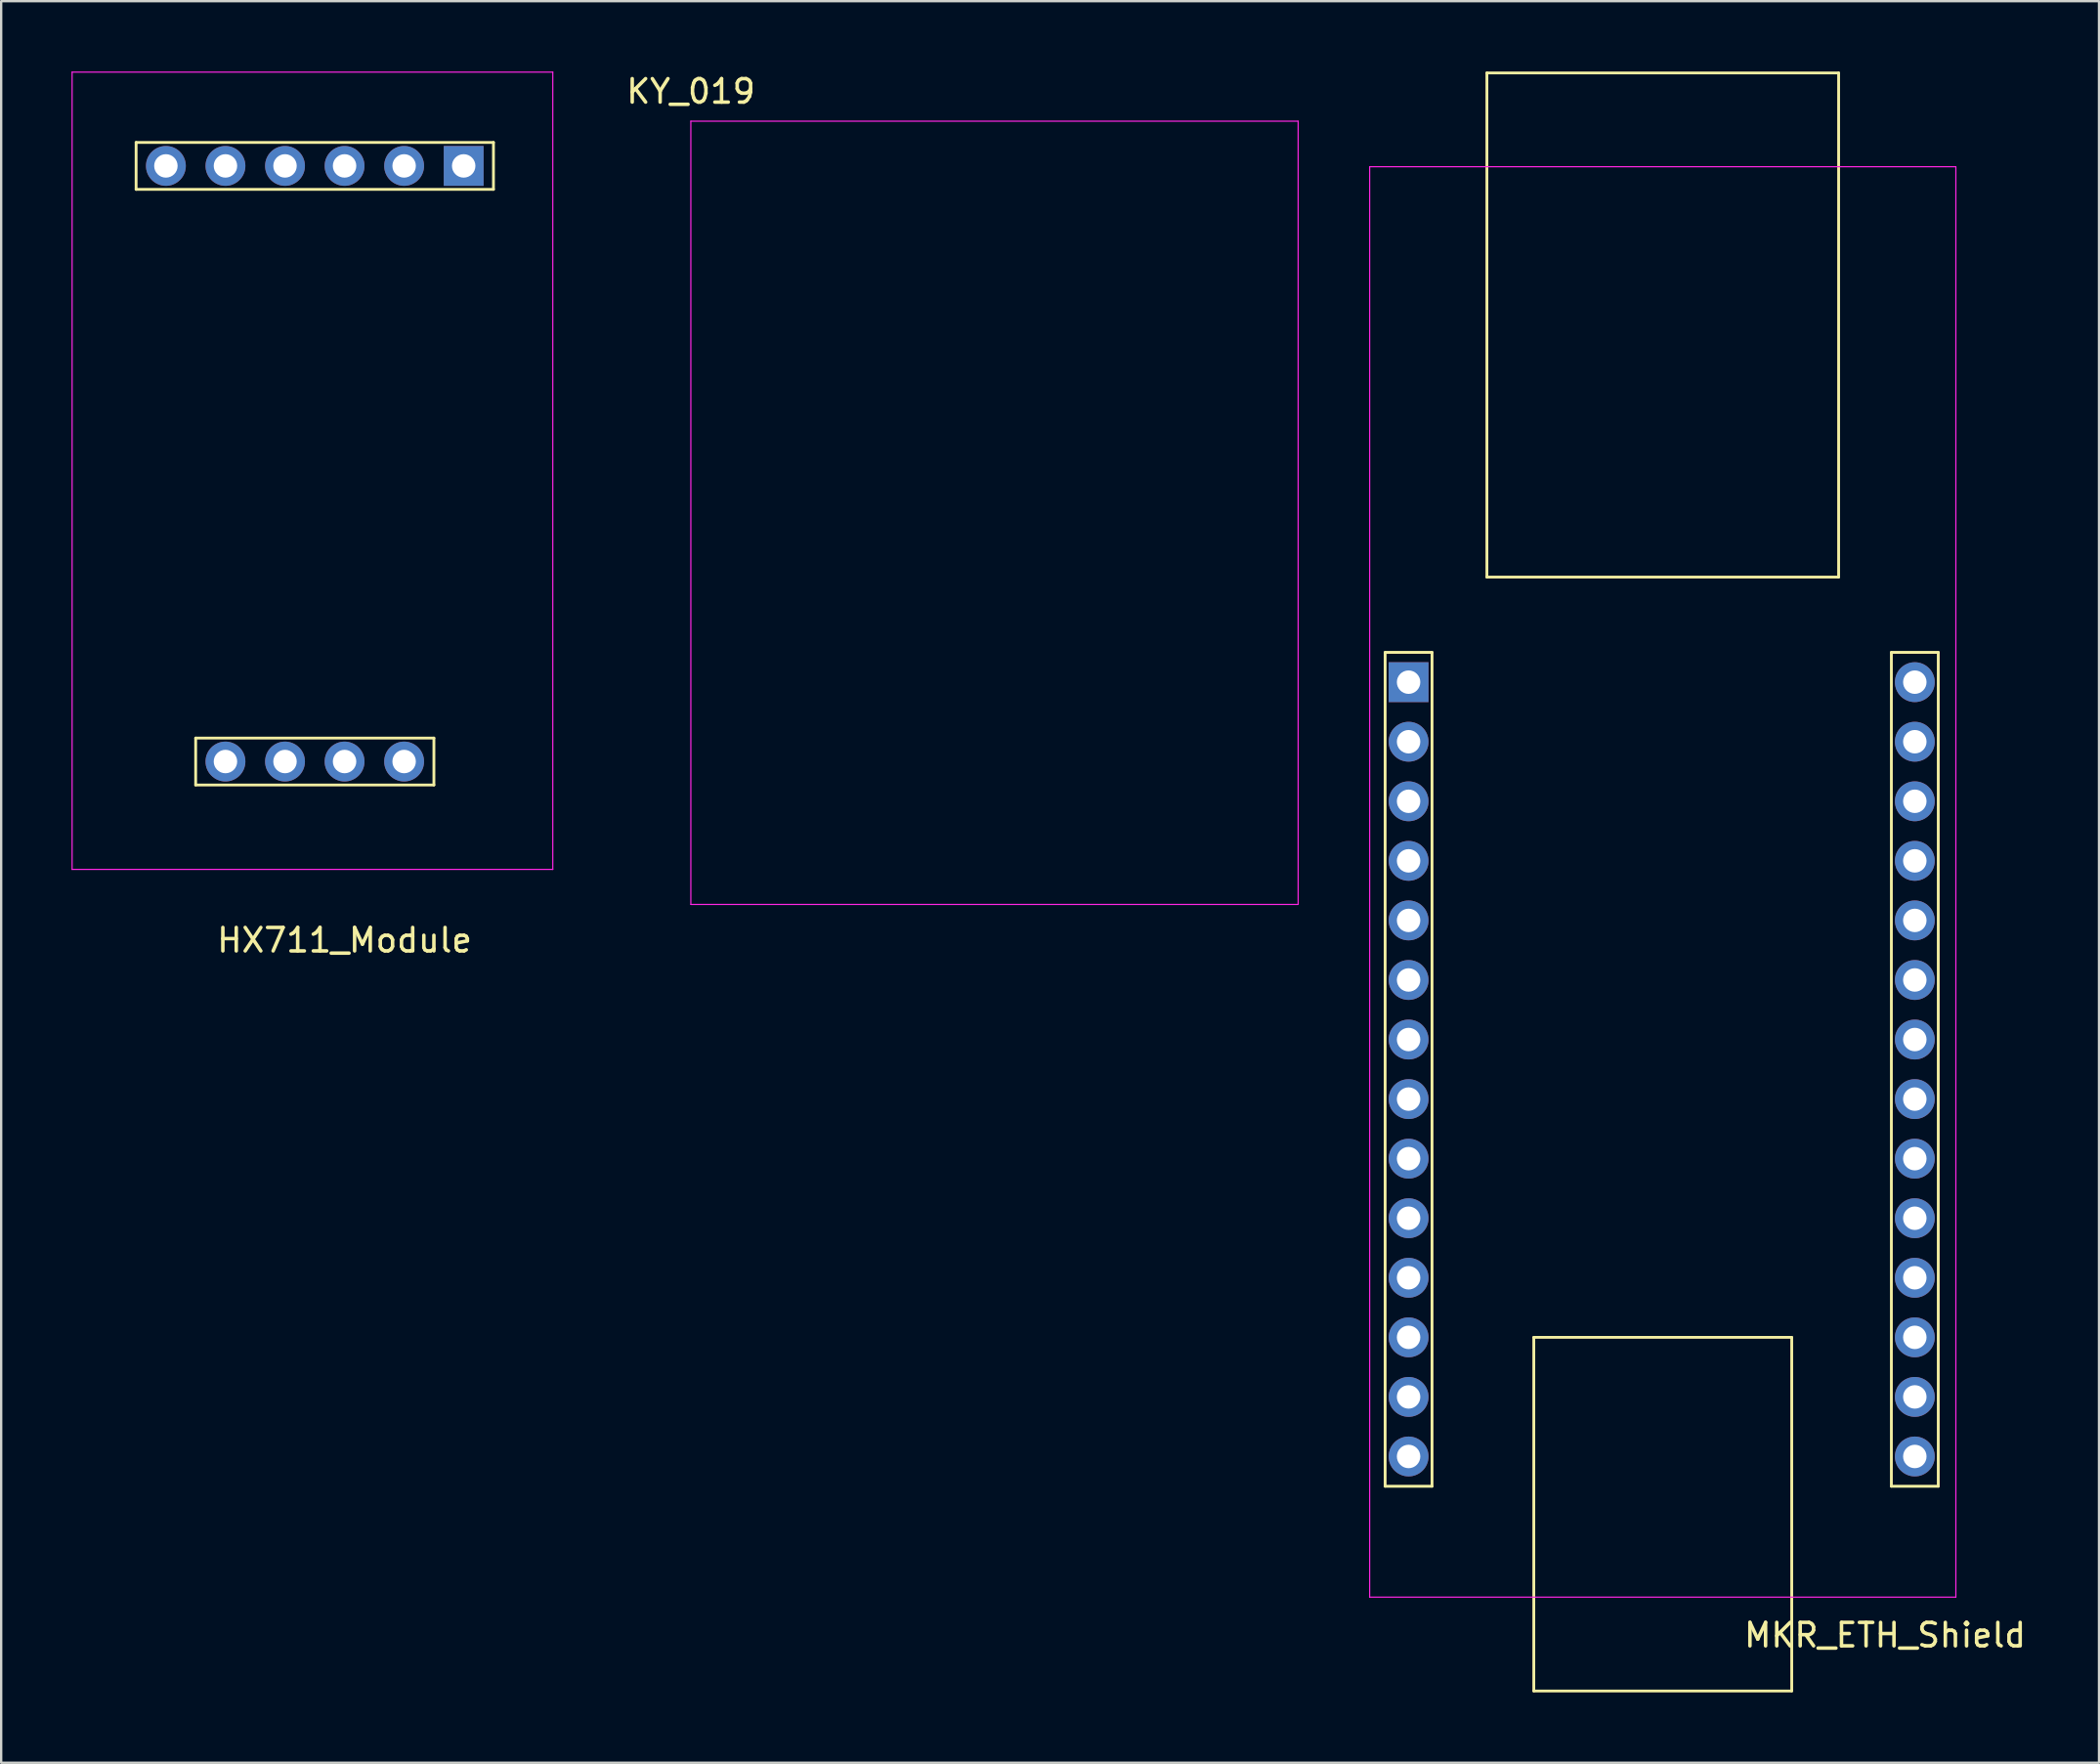
<source format=kicad_pcb>
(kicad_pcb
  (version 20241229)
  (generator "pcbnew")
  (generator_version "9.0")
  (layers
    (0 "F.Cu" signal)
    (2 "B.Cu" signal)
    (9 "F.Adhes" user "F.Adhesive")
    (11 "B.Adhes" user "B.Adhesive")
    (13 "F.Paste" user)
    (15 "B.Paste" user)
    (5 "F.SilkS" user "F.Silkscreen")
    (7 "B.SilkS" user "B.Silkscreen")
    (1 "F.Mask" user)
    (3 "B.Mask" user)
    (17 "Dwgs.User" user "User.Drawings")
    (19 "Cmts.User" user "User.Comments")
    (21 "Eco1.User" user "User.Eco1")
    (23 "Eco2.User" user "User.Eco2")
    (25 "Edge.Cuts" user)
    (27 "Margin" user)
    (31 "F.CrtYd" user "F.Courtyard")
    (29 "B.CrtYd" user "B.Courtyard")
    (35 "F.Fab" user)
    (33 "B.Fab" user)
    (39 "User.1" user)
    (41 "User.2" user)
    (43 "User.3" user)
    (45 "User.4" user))
  (footprint "MKR_ETH_Shield"
    (layer "F.Cu")
    (at 57.023 26.04)
    (property "Reference" "MKR_ETH_Shield" (at 20.32 40.64 0) (layer "F.SilkS") (effects (font (size 1 1) (thickness 0.15))))
    (attr through_hole)
    (fp_line (start -1 34.29) (end -1 -1.27) (stroke (width 0.12) (type solid)) (layer "F.SilkS"))
    (fp_line (start 1 -1.27) (end -1 -1.27) (stroke (width 0.12) (type solid)) (layer "F.SilkS"))
    (fp_line (start 1 34.29) (end -1 34.29) (stroke (width 0.12) (type solid)) (layer "F.SilkS"))
    (fp_line (start 1 34.29) (end 1 -1.27) (stroke (width 0.12) (type solid)) (layer "F.SilkS"))
    (fp_line (start 3.34 -4.48) (end 3.34 -25.98) (stroke (width 0.12) (type solid)) (layer "F.SilkS"))
    (fp_line (start 5.34 43.02) (end 5.34 27.94) (stroke (width 0.12) (type solid)) (layer "F.SilkS"))
    (fp_line (start 16.34 27.94) (end 5.34 27.94) (stroke (width 0.12) (type solid)) (layer "F.SilkS"))
    (fp_line (start 16.34 43.02) (end 5.34 43.02) (stroke (width 0.12) (type solid)) (layer "F.SilkS"))
    (fp_line (start 16.34 43.02) (end 16.34 27.94) (stroke (width 0.12) (type solid)) (layer "F.SilkS"))
    (fp_line (start 18.34 -25.98) (end 3.34 -25.98) (stroke (width 0.12) (type solid)) (layer "F.SilkS"))
    (fp_line (start 18.34 -4.48) (end 3.34 -4.48) (stroke (width 0.12) (type solid)) (layer "F.SilkS"))
    (fp_line (start 18.34 -4.48) (end 18.34 -25.98) (stroke (width 0.12) (type solid)) (layer "F.SilkS"))
    (fp_line (start 20.59 34.29) (end 20.59 -1.27) (stroke (width 0.12) (type solid)) (layer "F.SilkS"))
    (fp_line (start 22.59 -1.27) (end 20.59 -1.27) (stroke (width 0.12) (type solid)) (layer "F.SilkS"))
    (fp_line (start 22.59 34.29) (end 20.59 34.29) (stroke (width 0.12) (type solid)) (layer "F.SilkS"))
    (fp_line (start 22.59 34.29) (end 22.59 -1.27) (stroke (width 0.12) (type solid)) (layer "F.SilkS"))
    (fp_line (start -1.66 39.02) (end -1.66 -21.98) (stroke (width 0.05) (type solid)) (layer "F.CrtYd"))
    (fp_line (start 23.34 -21.98) (end -1.66 -21.98) (stroke (width 0.05) (type solid)) (layer "F.CrtYd"))
    (fp_line (start 23.34 39.02) (end -1.66 39.02) (stroke (width 0.05) (type solid)) (layer "F.CrtYd"))
    (fp_line (start 23.34 39.02) (end 23.34 -21.98) (stroke (width 0.05) (type solid)) (layer "F.CrtYd"))
    (pad "1" thru_hole rect (at 0 0 180) (size 1.7 1.7) (drill 1) (layers "*.Cu" "*.Mask"))
    (pad "2" thru_hole oval (at 0 2.54 180) (size 1.7 1.7) (drill 1) (layers "*.Cu" "*.Mask"))
    (pad "3" thru_hole oval (at 0 5.08 180) (size 1.7 1.7) (drill 1) (layers "*.Cu" "*.Mask"))
    (pad "4" thru_hole oval (at 0 7.62 180) (size 1.7 1.7) (drill 1) (layers "*.Cu" "*.Mask"))
    (pad "5" thru_hole oval (at 0 10.16 180) (size 1.7 1.7) (drill 1) (layers "*.Cu" "*.Mask"))
    (pad "6" thru_hole oval (at 0 12.7 180) (size 1.7 1.7) (drill 1) (layers "*.Cu" "*.Mask"))
    (pad "7" thru_hole oval (at 0 15.24 180) (size 1.7 1.7) (drill 1) (layers "*.Cu" "*.Mask"))
    (pad "8" thru_hole oval (at 0 17.78 180) (size 1.7 1.7) (drill 1) (layers "*.Cu" "*.Mask"))
    (pad "9" thru_hole oval (at 0 20.32 180) (size 1.7 1.7) (drill 1) (layers "*.Cu" "*.Mask"))
    (pad "10" thru_hole oval (at 0 22.86 180) (size 1.7 1.7) (drill 1) (layers "*.Cu" "*.Mask"))
    (pad "11" thru_hole oval (at 0 25.4 180) (size 1.7 1.7) (drill 1) (layers "*.Cu" "*.Mask"))
    (pad "12" thru_hole oval (at 0 27.94 180) (size 1.7 1.7) (drill 1) (layers "*.Cu" "*.Mask"))
    (pad "13" thru_hole oval (at 0 30.48 180) (size 1.7 1.7) (drill 1) (layers "*.Cu" "*.Mask"))
    (pad "14" thru_hole oval (at 0 33.02 180) (size 1.7 1.7) (drill 1) (layers "*.Cu" "*.Mask"))
    (pad "15" thru_hole oval (at 21.59 33.02 180) (size 1.7 1.7) (drill 1) (layers "*.Cu" "*.Mask"))
    (pad "16" thru_hole oval (at 21.59 30.48 180) (size 1.7 1.7) (drill 1) (layers "*.Cu" "*.Mask"))
    (pad "17" thru_hole oval (at 21.59 27.94 180) (size 1.7 1.7) (drill 1) (layers "*.Cu" "*.Mask"))
    (pad "18" thru_hole oval (at 21.59 25.4 180) (size 1.7 1.7) (drill 1) (layers "*.Cu" "*.Mask"))
    (pad "19" thru_hole oval (at 21.59 22.86 180) (size 1.7 1.7) (drill 1) (layers "*.Cu" "*.Mask"))
    (pad "20" thru_hole oval (at 21.59 20.32 180) (size 1.7 1.7) (drill 1) (layers "*.Cu" "*.Mask"))
    (pad "21" thru_hole oval (at 21.59 17.78 180) (size 1.7 1.7) (drill 1) (layers "*.Cu" "*.Mask"))
    (pad "22" thru_hole oval (at 21.59 15.24 180) (size 1.7 1.7) (drill 1) (layers "*.Cu" "*.Mask"))
    (pad "23" thru_hole oval (at 21.59 12.7 180) (size 1.7 1.7) (drill 1) (layers "*.Cu" "*.Mask"))
    (pad "24" thru_hole oval (at 21.59 10.16 180) (size 1.7 1.7) (drill 1) (layers "*.Cu" "*.Mask"))
    (pad "25" thru_hole oval (at 21.59 7.62 180) (size 1.7 1.7) (drill 1) (layers "*.Cu" "*.Mask"))
    (pad "26" thru_hole oval (at 21.59 5.08 180) (size 1.7 1.7) (drill 1) (layers "*.Cu" "*.Mask"))
    (pad "27" thru_hole oval (at 21.59 2.54 180) (size 1.7 1.7) (drill 1) (layers "*.Cu" "*.Mask"))
    (pad "28" thru_hole oval (at 21.59 0 180) (size 1.7 1.7) (drill 1) (layers "*.Cu" "*.Mask")))
  (footprint "KY_019"
    (layer "F.Cu")
    (at 26.413 2.118)
    (property "Reference" "KY_019" (at 0 -1.27 0) (layer "F.SilkS") (effects (font (size 1 1) (thickness 0.15))))
    (attr through_hole)
    (fp_line (start 0 0) (end 0 33.4) (stroke (width 0.05) (type solid)) (layer "F.CrtYd"))
    (fp_line (start 0 0) (end 25.9 0) (stroke (width 0.05) (type solid)) (layer "F.CrtYd"))
    (fp_line (start 0 33.4) (end 25.9 33.4) (stroke (width 0.05) (type solid)) (layer "F.CrtYd"))
    (fp_line (start 25.9 0) (end 25.9 33.4) (stroke (width 0.05) (type solid)) (layer "F.CrtYd")))
  (footprint "HX711_Module"
    (layer "F.Cu")
    (at 4.025 4.025)
    (property "Reference" "HX711_Module" (at 7.62 33.02 0) (layer "F.SilkS") (effects (font (size 1 1) (thickness 0.15))))
    (attr through_hole)
    (fp_line (start -1.27 -1) (end 13.97 -1) (stroke (width 0.12) (type solid)) (layer "F.SilkS"))
    (fp_line (start -1.27 1) (end -1.27 -1) (stroke (width 0.12) (type solid)) (layer "F.SilkS"))
    (fp_line (start 1.27 24.4) (end 1.27 26.4) (stroke (width 0.12) (type solid)) (layer "F.SilkS"))
    (fp_line (start 1.27 26.4) (end 11.43 26.4) (stroke (width 0.12) (type solid)) (layer "F.SilkS"))
    (fp_line (start 11.43 24.4) (end 1.27 24.4) (stroke (width 0.12) (type solid)) (layer "F.SilkS"))
    (fp_line (start 11.43 26.4) (end 11.43 24.4) (stroke (width 0.12) (type solid)) (layer "F.SilkS"))
    (fp_line (start 13.97 -1) (end 13.97 1) (stroke (width 0.12) (type solid)) (layer "F.SilkS"))
    (fp_line (start 13.97 1) (end -1.27 1) (stroke (width 0.12) (type solid)) (layer "F.SilkS"))
    (fp_line (start -4 -4) (end -4 30) (stroke (width 0.05) (type solid)) (layer "F.CrtYd"))
    (fp_line (start -4 -4) (end 16.5 -4) (stroke (width 0.05) (type solid)) (layer "F.CrtYd"))
    (fp_line (start -4 30) (end 16.5 30) (stroke (width 0.05) (type solid)) (layer "F.CrtYd"))
    (fp_line (start 16.5 -4) (end 16.5 30) (stroke (width 0.05) (type solid)) (layer "F.CrtYd"))
    (pad "1" thru_hole rect (at 12.7 0) (size 1.7 1.7) (drill 1) (layers "*.Cu" "*.Mask"))
    (pad "2" thru_hole oval (at 10.16 0) (size 1.7 1.7) (drill 1) (layers "*.Cu" "*.Mask"))
    (pad "3" thru_hole oval (at 7.62 0) (size 1.7 1.7) (drill 1) (layers "*.Cu" "*.Mask"))
    (pad "4" thru_hole oval (at 5.08 0) (size 1.7 1.7) (drill 1) (layers "*.Cu" "*.Mask"))
    (pad "5" thru_hole oval (at 2.54 0) (size 1.7 1.7) (drill 1) (layers "*.Cu" "*.Mask"))
    (pad "6" thru_hole oval (at 0 0) (size 1.7 1.7) (drill 1) (layers "*.Cu" "*.Mask"))
    (pad "7" thru_hole oval (at 2.54 25.4) (size 1.7 1.7) (drill 1) (layers "*.Cu" "*.Mask"))
    (pad "8" thru_hole oval (at 5.08 25.4) (size 1.7 1.7) (drill 1) (layers "*.Cu" "*.Mask"))
    (pad "9" thru_hole oval (at 7.62 25.4) (size 1.7 1.7) (drill 1) (layers "*.Cu" "*.Mask"))
    (pad "10" thru_hole oval (at 10.16 25.4) (size 1.7 1.7) (drill 1) (layers "*.Cu" "*.Mask")))
  (gr_rect
    (start -3 -3)
    (end 86.468 72.12)
    (stroke (width 0.1) (type default))
    (fill no)
    (layer "Edge.Cuts")))
</source>
